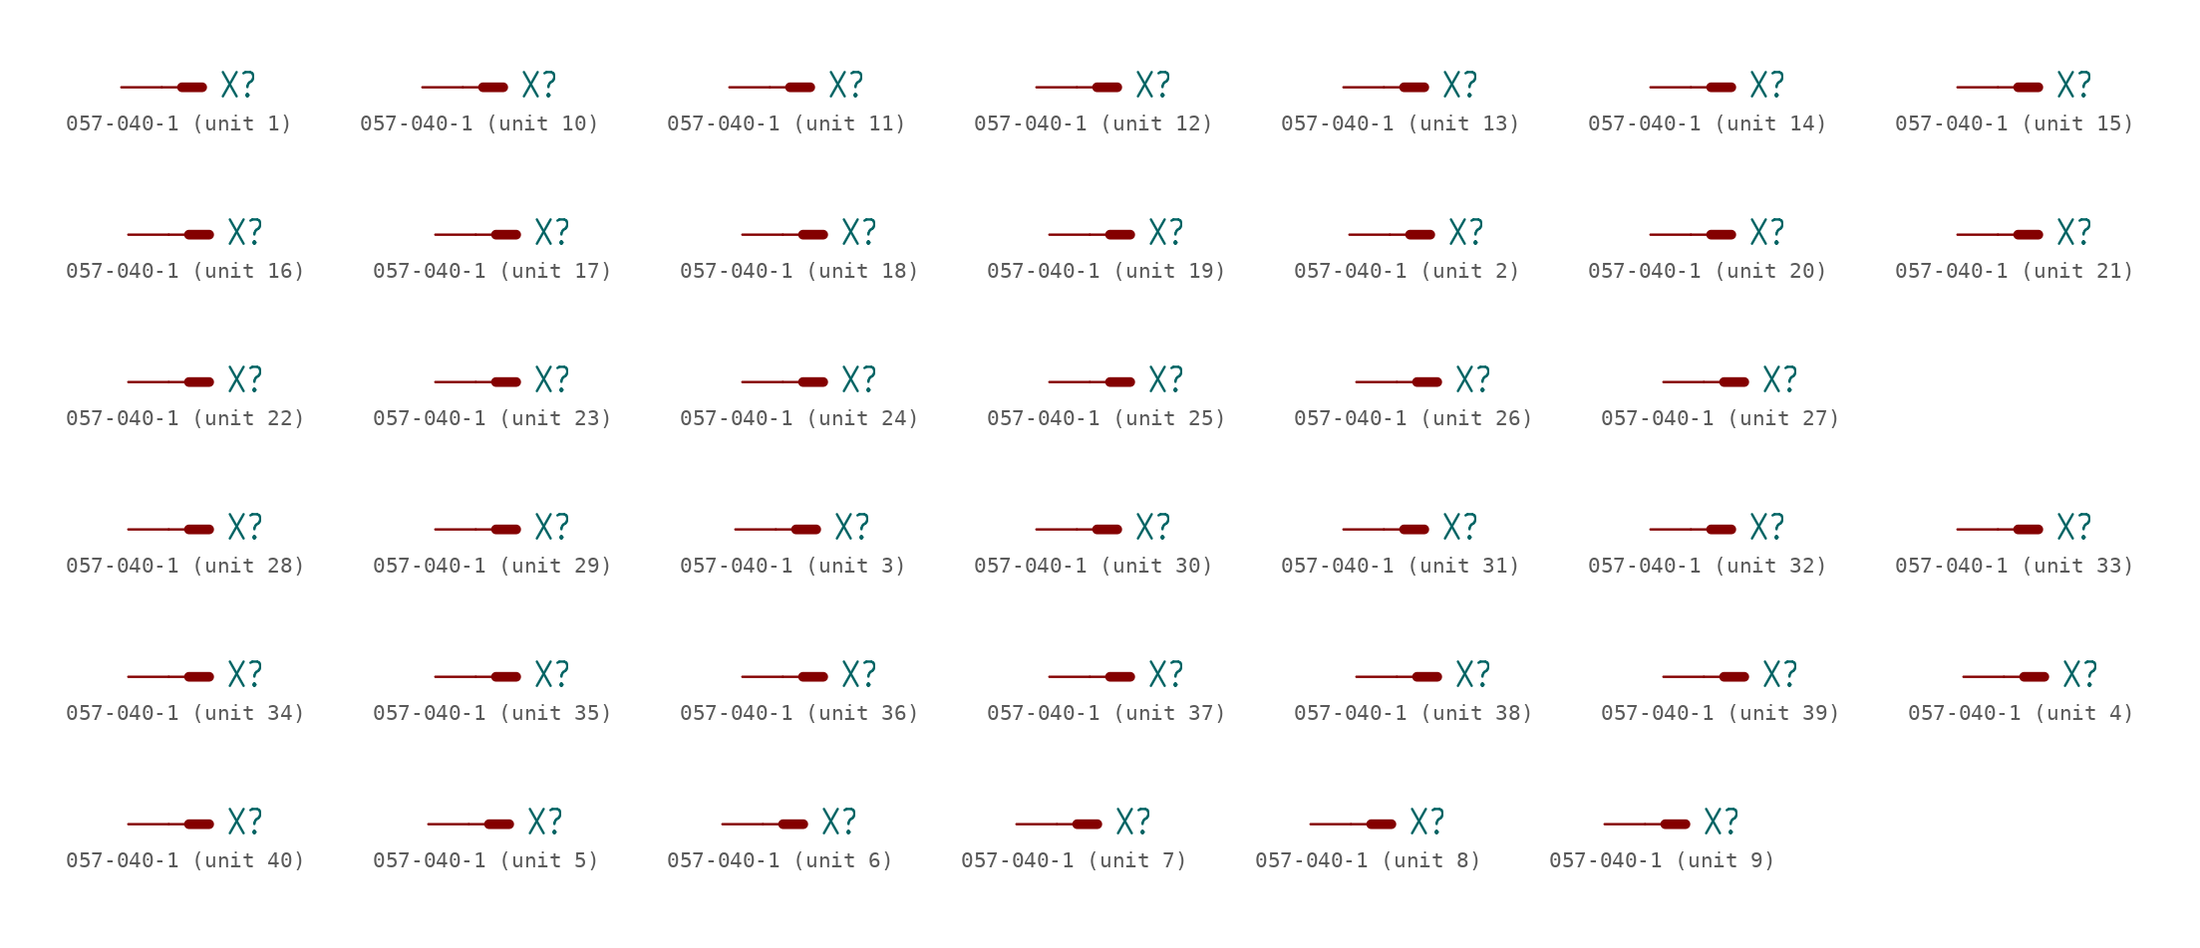
<source format=kicad_sym>
(kicad_symbol_lib
  (version 20220914)
  (generator kicad_symbol_editor)
  (symbol "057-040-1"
    (property "Reference" "X"
      (at 1.016 -0.762 0)
      (effects (font (size 1.524 1.295)) (justify left bottom)))
    (property "ki_locked" ""
      (at 0 0 0)
      (effects (font (size 1.27 1.27))))
    (symbol "057-040-1_1_0"
      (polyline (pts (xy -2.54 0) (xy -1.27 0)) (stroke (width 0.152) (type solid)) (fill (type none)))
      (polyline (pts (xy 0 0) (xy -1.27 0)) (stroke (width 0.61) (type solid)) (fill (type none)))
      (pin passive line (at -5.08 0 0) (length 2.54) (name "S" (effects (font (size 0 0)))) (number "1" (effects (font (size 0 0))))))
    (symbol "057-040-1_2_0"
      (polyline (pts (xy -2.54 0) (xy -1.27 0)) (stroke (width 0.152) (type solid)) (fill (type none)))
      (polyline (pts (xy 0 0) (xy -1.27 0)) (stroke (width 0.61) (type solid)) (fill (type none)))
      (pin passive line (at -5.08 0 0) (length 2.54) (name "S" (effects (font (size 0 0)))) (number "2" (effects (font (size 0 0))))))
    (symbol "057-040-1_3_0"
      (polyline (pts (xy -2.54 0) (xy -1.27 0)) (stroke (width 0.152) (type solid)) (fill (type none)))
      (polyline (pts (xy 0 0) (xy -1.27 0)) (stroke (width 0.61) (type solid)) (fill (type none)))
      (pin passive line (at -5.08 0 0) (length 2.54) (name "S" (effects (font (size 0 0)))) (number "3" (effects (font (size 0 0))))))
    (symbol "057-040-1_4_0"
      (polyline (pts (xy -2.54 0) (xy -1.27 0)) (stroke (width 0.152) (type solid)) (fill (type none)))
      (polyline (pts (xy 0 0) (xy -1.27 0)) (stroke (width 0.61) (type solid)) (fill (type none)))
      (pin passive line (at -5.08 0 0) (length 2.54) (name "S" (effects (font (size 0 0)))) (number "4" (effects (font (size 0 0))))))
    (symbol "057-040-1_5_0"
      (polyline (pts (xy -2.54 0) (xy -1.27 0)) (stroke (width 0.152) (type solid)) (fill (type none)))
      (polyline (pts (xy 0 0) (xy -1.27 0)) (stroke (width 0.61) (type solid)) (fill (type none)))
      (pin passive line (at -5.08 0 0) (length 2.54) (name "S" (effects (font (size 0 0)))) (number "5" (effects (font (size 0 0))))))
    (symbol "057-040-1_6_0"
      (polyline (pts (xy -2.54 0) (xy -1.27 0)) (stroke (width 0.152) (type solid)) (fill (type none)))
      (polyline (pts (xy 0 0) (xy -1.27 0)) (stroke (width 0.61) (type solid)) (fill (type none)))
      (pin passive line (at -5.08 0 0) (length 2.54) (name "S" (effects (font (size 0 0)))) (number "6" (effects (font (size 0 0))))))
    (symbol "057-040-1_7_0"
      (polyline (pts (xy -2.54 0) (xy -1.27 0)) (stroke (width 0.152) (type solid)) (fill (type none)))
      (polyline (pts (xy 0 0) (xy -1.27 0)) (stroke (width 0.61) (type solid)) (fill (type none)))
      (pin passive line (at -5.08 0 0) (length 2.54) (name "S" (effects (font (size 0 0)))) (number "7" (effects (font (size 0 0))))))
    (symbol "057-040-1_8_0"
      (polyline (pts (xy -2.54 0) (xy -1.27 0)) (stroke (width 0.152) (type solid)) (fill (type none)))
      (polyline (pts (xy 0 0) (xy -1.27 0)) (stroke (width 0.61) (type solid)) (fill (type none)))
      (pin passive line (at -5.08 0 0) (length 2.54) (name "S" (effects (font (size 0 0)))) (number "8" (effects (font (size 0 0))))))
    (symbol "057-040-1_9_0"
      (polyline (pts (xy -2.54 0) (xy -1.27 0)) (stroke (width 0.152) (type solid)) (fill (type none)))
      (polyline (pts (xy 0 0) (xy -1.27 0)) (stroke (width 0.61) (type solid)) (fill (type none)))
      (pin passive line (at -5.08 0 0) (length 2.54) (name "S" (effects (font (size 0 0)))) (number "9" (effects (font (size 0 0))))))
    (symbol "057-040-1_10_0"
      (polyline (pts (xy -2.54 0) (xy -1.27 0)) (stroke (width 0.152) (type solid)) (fill (type none)))
      (polyline (pts (xy 0 0) (xy -1.27 0)) (stroke (width 0.61) (type solid)) (fill (type none)))
      (pin passive line (at -5.08 0 0) (length 2.54) (name "S" (effects (font (size 0 0)))) (number "10" (effects (font (size 0 0))))))
    (symbol "057-040-1_11_0"
      (polyline (pts (xy -2.54 0) (xy -1.27 0)) (stroke (width 0.152) (type solid)) (fill (type none)))
      (polyline (pts (xy 0 0) (xy -1.27 0)) (stroke (width 0.61) (type solid)) (fill (type none)))
      (pin passive line (at -5.08 0 0) (length 2.54) (name "S" (effects (font (size 0 0)))) (number "11" (effects (font (size 0 0))))))
    (symbol "057-040-1_12_0"
      (polyline (pts (xy -2.54 0) (xy -1.27 0)) (stroke (width 0.152) (type solid)) (fill (type none)))
      (polyline (pts (xy 0 0) (xy -1.27 0)) (stroke (width 0.61) (type solid)) (fill (type none)))
      (pin passive line (at -5.08 0 0) (length 2.54) (name "S" (effects (font (size 0 0)))) (number "12" (effects (font (size 0 0))))))
    (symbol "057-040-1_13_0"
      (polyline (pts (xy -2.54 0) (xy -1.27 0)) (stroke (width 0.152) (type solid)) (fill (type none)))
      (polyline (pts (xy 0 0) (xy -1.27 0)) (stroke (width 0.61) (type solid)) (fill (type none)))
      (pin passive line (at -5.08 0 0) (length 2.54) (name "S" (effects (font (size 0 0)))) (number "13" (effects (font (size 0 0))))))
    (symbol "057-040-1_14_0"
      (polyline (pts (xy -2.54 0) (xy -1.27 0)) (stroke (width 0.152) (type solid)) (fill (type none)))
      (polyline (pts (xy 0 0) (xy -1.27 0)) (stroke (width 0.61) (type solid)) (fill (type none)))
      (pin passive line (at -5.08 0 0) (length 2.54) (name "S" (effects (font (size 0 0)))) (number "14" (effects (font (size 0 0))))))
    (symbol "057-040-1_15_0"
      (polyline (pts (xy -2.54 0) (xy -1.27 0)) (stroke (width 0.152) (type solid)) (fill (type none)))
      (polyline (pts (xy 0 0) (xy -1.27 0)) (stroke (width 0.61) (type solid)) (fill (type none)))
      (pin passive line (at -5.08 0 0) (length 2.54) (name "S" (effects (font (size 0 0)))) (number "15" (effects (font (size 0 0))))))
    (symbol "057-040-1_16_0"
      (polyline (pts (xy -2.54 0) (xy -1.27 0)) (stroke (width 0.152) (type solid)) (fill (type none)))
      (polyline (pts (xy 0 0) (xy -1.27 0)) (stroke (width 0.61) (type solid)) (fill (type none)))
      (pin passive line (at -5.08 0 0) (length 2.54) (name "S" (effects (font (size 0 0)))) (number "16" (effects (font (size 0 0))))))
    (symbol "057-040-1_17_0"
      (polyline (pts (xy -2.54 0) (xy -1.27 0)) (stroke (width 0.152) (type solid)) (fill (type none)))
      (polyline (pts (xy 0 0) (xy -1.27 0)) (stroke (width 0.61) (type solid)) (fill (type none)))
      (pin passive line (at -5.08 0 0) (length 2.54) (name "S" (effects (font (size 0 0)))) (number "17" (effects (font (size 0 0))))))
    (symbol "057-040-1_18_0"
      (polyline (pts (xy -2.54 0) (xy -1.27 0)) (stroke (width 0.152) (type solid)) (fill (type none)))
      (polyline (pts (xy 0 0) (xy -1.27 0)) (stroke (width 0.61) (type solid)) (fill (type none)))
      (pin passive line (at -5.08 0 0) (length 2.54) (name "S" (effects (font (size 0 0)))) (number "18" (effects (font (size 0 0))))))
    (symbol "057-040-1_19_0"
      (polyline (pts (xy -2.54 0) (xy -1.27 0)) (stroke (width 0.152) (type solid)) (fill (type none)))
      (polyline (pts (xy 0 0) (xy -1.27 0)) (stroke (width 0.61) (type solid)) (fill (type none)))
      (pin passive line (at -5.08 0 0) (length 2.54) (name "S" (effects (font (size 0 0)))) (number "19" (effects (font (size 0 0))))))
    (symbol "057-040-1_20_0"
      (polyline (pts (xy -2.54 0) (xy -1.27 0)) (stroke (width 0.152) (type solid)) (fill (type none)))
      (polyline (pts (xy 0 0) (xy -1.27 0)) (stroke (width 0.61) (type solid)) (fill (type none)))
      (pin passive line (at -5.08 0 0) (length 2.54) (name "S" (effects (font (size 0 0)))) (number "20" (effects (font (size 0 0))))))
    (symbol "057-040-1_21_0"
      (polyline (pts (xy -2.54 0) (xy -1.27 0)) (stroke (width 0.152) (type solid)) (fill (type none)))
      (polyline (pts (xy 0 0) (xy -1.27 0)) (stroke (width 0.61) (type solid)) (fill (type none)))
      (pin passive line (at -5.08 0 0) (length 2.54) (name "S" (effects (font (size 0 0)))) (number "21" (effects (font (size 0 0))))))
    (symbol "057-040-1_22_0"
      (polyline (pts (xy -2.54 0) (xy -1.27 0)) (stroke (width 0.152) (type solid)) (fill (type none)))
      (polyline (pts (xy 0 0) (xy -1.27 0)) (stroke (width 0.61) (type solid)) (fill (type none)))
      (pin passive line (at -5.08 0 0) (length 2.54) (name "S" (effects (font (size 0 0)))) (number "22" (effects (font (size 0 0))))))
    (symbol "057-040-1_23_0"
      (polyline (pts (xy -2.54 0) (xy -1.27 0)) (stroke (width 0.152) (type solid)) (fill (type none)))
      (polyline (pts (xy 0 0) (xy -1.27 0)) (stroke (width 0.61) (type solid)) (fill (type none)))
      (pin passive line (at -5.08 0 0) (length 2.54) (name "S" (effects (font (size 0 0)))) (number "23" (effects (font (size 0 0))))))
    (symbol "057-040-1_24_0"
      (polyline (pts (xy -2.54 0) (xy -1.27 0)) (stroke (width 0.152) (type solid)) (fill (type none)))
      (polyline (pts (xy 0 0) (xy -1.27 0)) (stroke (width 0.61) (type solid)) (fill (type none)))
      (pin passive line (at -5.08 0 0) (length 2.54) (name "S" (effects (font (size 0 0)))) (number "24" (effects (font (size 0 0))))))
    (symbol "057-040-1_25_0"
      (polyline (pts (xy -2.54 0) (xy -1.27 0)) (stroke (width 0.152) (type solid)) (fill (type none)))
      (polyline (pts (xy 0 0) (xy -1.27 0)) (stroke (width 0.61) (type solid)) (fill (type none)))
      (pin passive line (at -5.08 0 0) (length 2.54) (name "S" (effects (font (size 0 0)))) (number "25" (effects (font (size 0 0))))))
    (symbol "057-040-1_26_0"
      (polyline (pts (xy -2.54 0) (xy -1.27 0)) (stroke (width 0.152) (type solid)) (fill (type none)))
      (polyline (pts (xy 0 0) (xy -1.27 0)) (stroke (width 0.61) (type solid)) (fill (type none)))
      (pin passive line (at -5.08 0 0) (length 2.54) (name "S" (effects (font (size 0 0)))) (number "26" (effects (font (size 0 0))))))
    (symbol "057-040-1_27_0"
      (polyline (pts (xy -2.54 0) (xy -1.27 0)) (stroke (width 0.152) (type solid)) (fill (type none)))
      (polyline (pts (xy 0 0) (xy -1.27 0)) (stroke (width 0.61) (type solid)) (fill (type none)))
      (pin passive line (at -5.08 0 0) (length 2.54) (name "S" (effects (font (size 0 0)))) (number "27" (effects (font (size 0 0))))))
    (symbol "057-040-1_28_0"
      (polyline (pts (xy -2.54 0) (xy -1.27 0)) (stroke (width 0.152) (type solid)) (fill (type none)))
      (polyline (pts (xy 0 0) (xy -1.27 0)) (stroke (width 0.61) (type solid)) (fill (type none)))
      (pin passive line (at -5.08 0 0) (length 2.54) (name "S" (effects (font (size 0 0)))) (number "28" (effects (font (size 0 0))))))
    (symbol "057-040-1_29_0"
      (polyline (pts (xy -2.54 0) (xy -1.27 0)) (stroke (width 0.152) (type solid)) (fill (type none)))
      (polyline (pts (xy 0 0) (xy -1.27 0)) (stroke (width 0.61) (type solid)) (fill (type none)))
      (pin passive line (at -5.08 0 0) (length 2.54) (name "S" (effects (font (size 0 0)))) (number "29" (effects (font (size 0 0))))))
    (symbol "057-040-1_30_0"
      (polyline (pts (xy -2.54 0) (xy -1.27 0)) (stroke (width 0.152) (type solid)) (fill (type none)))
      (polyline (pts (xy 0 0) (xy -1.27 0)) (stroke (width 0.61) (type solid)) (fill (type none)))
      (pin passive line (at -5.08 0 0) (length 2.54) (name "S" (effects (font (size 0 0)))) (number "30" (effects (font (size 0 0))))))
    (symbol "057-040-1_31_0"
      (polyline (pts (xy -2.54 0) (xy -1.27 0)) (stroke (width 0.152) (type solid)) (fill (type none)))
      (polyline (pts (xy 0 0) (xy -1.27 0)) (stroke (width 0.61) (type solid)) (fill (type none)))
      (pin passive line (at -5.08 0 0) (length 2.54) (name "S" (effects (font (size 0 0)))) (number "31" (effects (font (size 0 0))))))
    (symbol "057-040-1_32_0"
      (polyline (pts (xy -2.54 0) (xy -1.27 0)) (stroke (width 0.152) (type solid)) (fill (type none)))
      (polyline (pts (xy 0 0) (xy -1.27 0)) (stroke (width 0.61) (type solid)) (fill (type none)))
      (pin passive line (at -5.08 0 0) (length 2.54) (name "S" (effects (font (size 0 0)))) (number "32" (effects (font (size 0 0))))))
    (symbol "057-040-1_33_0"
      (polyline (pts (xy -2.54 0) (xy -1.27 0)) (stroke (width 0.152) (type solid)) (fill (type none)))
      (polyline (pts (xy 0 0) (xy -1.27 0)) (stroke (width 0.61) (type solid)) (fill (type none)))
      (pin passive line (at -5.08 0 0) (length 2.54) (name "S" (effects (font (size 0 0)))) (number "33" (effects (font (size 0 0))))))
    (symbol "057-040-1_34_0"
      (polyline (pts (xy -2.54 0) (xy -1.27 0)) (stroke (width 0.152) (type solid)) (fill (type none)))
      (polyline (pts (xy 0 0) (xy -1.27 0)) (stroke (width 0.61) (type solid)) (fill (type none)))
      (pin passive line (at -5.08 0 0) (length 2.54) (name "S" (effects (font (size 0 0)))) (number "34" (effects (font (size 0 0))))))
    (symbol "057-040-1_35_0"
      (polyline (pts (xy -2.54 0) (xy -1.27 0)) (stroke (width 0.152) (type solid)) (fill (type none)))
      (polyline (pts (xy 0 0) (xy -1.27 0)) (stroke (width 0.61) (type solid)) (fill (type none)))
      (pin passive line (at -5.08 0 0) (length 2.54) (name "S" (effects (font (size 0 0)))) (number "35" (effects (font (size 0 0))))))
    (symbol "057-040-1_36_0"
      (polyline (pts (xy -2.54 0) (xy -1.27 0)) (stroke (width 0.152) (type solid)) (fill (type none)))
      (polyline (pts (xy 0 0) (xy -1.27 0)) (stroke (width 0.61) (type solid)) (fill (type none)))
      (pin passive line (at -5.08 0 0) (length 2.54) (name "S" (effects (font (size 0 0)))) (number "36" (effects (font (size 0 0))))))
    (symbol "057-040-1_37_0"
      (polyline (pts (xy -2.54 0) (xy -1.27 0)) (stroke (width 0.152) (type solid)) (fill (type none)))
      (polyline (pts (xy 0 0) (xy -1.27 0)) (stroke (width 0.61) (type solid)) (fill (type none)))
      (pin passive line (at -5.08 0 0) (length 2.54) (name "S" (effects (font (size 0 0)))) (number "37" (effects (font (size 0 0))))))
    (symbol "057-040-1_38_0"
      (polyline (pts (xy -2.54 0) (xy -1.27 0)) (stroke (width 0.152) (type solid)) (fill (type none)))
      (polyline (pts (xy 0 0) (xy -1.27 0)) (stroke (width 0.61) (type solid)) (fill (type none)))
      (pin passive line (at -5.08 0 0) (length 2.54) (name "S" (effects (font (size 0 0)))) (number "38" (effects (font (size 0 0))))))
    (symbol "057-040-1_39_0"
      (polyline (pts (xy -2.54 0) (xy -1.27 0)) (stroke (width 0.152) (type solid)) (fill (type none)))
      (polyline (pts (xy 0 0) (xy -1.27 0)) (stroke (width 0.61) (type solid)) (fill (type none)))
      (pin passive line (at -5.08 0 0) (length 2.54) (name "S" (effects (font (size 0 0)))) (number "39" (effects (font (size 0 0))))))
    (symbol "057-040-1_40_0"
      (polyline (pts (xy -2.54 0) (xy -1.27 0)) (stroke (width 0.152) (type solid)) (fill (type none)))
      (polyline (pts (xy 0 0) (xy -1.27 0)) (stroke (width 0.61) (type solid)) (fill (type none)))
      (pin passive line (at -5.08 0 0) (length 2.54) (name "S" (effects (font (size 0 0)))) (number "40" (effects (font (size 0 0))))))))
</source>
